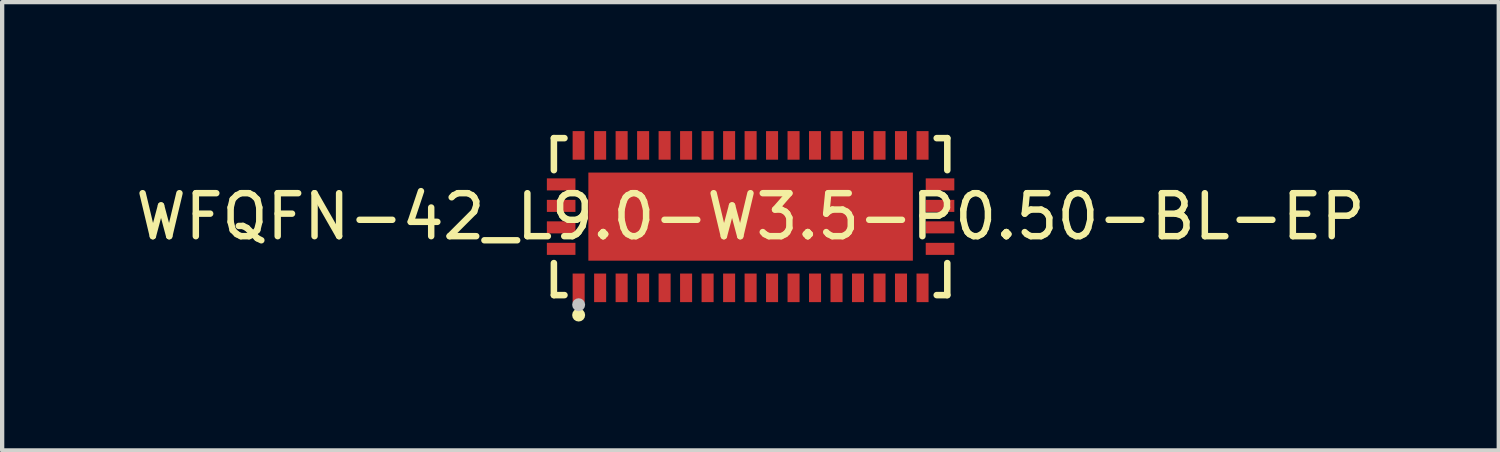
<source format=kicad_pcb>
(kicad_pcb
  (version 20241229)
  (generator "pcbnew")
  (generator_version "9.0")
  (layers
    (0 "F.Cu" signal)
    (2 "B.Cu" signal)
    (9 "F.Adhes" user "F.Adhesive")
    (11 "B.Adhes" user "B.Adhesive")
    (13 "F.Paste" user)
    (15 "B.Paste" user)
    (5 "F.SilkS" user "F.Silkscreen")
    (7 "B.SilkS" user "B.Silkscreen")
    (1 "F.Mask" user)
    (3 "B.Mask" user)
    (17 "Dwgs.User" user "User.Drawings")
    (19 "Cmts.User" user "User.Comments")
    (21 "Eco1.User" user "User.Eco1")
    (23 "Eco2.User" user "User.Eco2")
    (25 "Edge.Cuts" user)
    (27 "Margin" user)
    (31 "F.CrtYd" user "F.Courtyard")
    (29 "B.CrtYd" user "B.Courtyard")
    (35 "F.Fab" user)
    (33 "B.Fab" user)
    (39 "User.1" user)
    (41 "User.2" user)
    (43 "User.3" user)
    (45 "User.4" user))
  (footprint "WFQFN-42_L9.0-W3.5-P0.50-BL-EP"
    (layer "F.Cu")
    (at 14.411 1.99)
    (property "Reference" "WFQFN-42_L9.0-W3.5-P0.50-BL-EP" (at 0 0 0) (layer "F.SilkS") (effects (font (size 1 1) (thickness 0.15))))
    (fp_line (start -4.574 -1.826) (end -4.328 -1.826) (stroke (width 0.152) (type default)) (layer "F.SilkS"))
    (fp_line (start -4.574 -1.081) (end -4.574 -1.826) (stroke (width 0.152) (type default)) (layer "F.SilkS"))
    (fp_line (start -4.574 1.081) (end -4.574 1.826) (stroke (width 0.152) (type default)) (layer "F.SilkS"))
    (fp_line (start -4.574 1.826) (end -4.328 1.826) (stroke (width 0.152) (type default)) (layer "F.SilkS"))
    (fp_line (start 4.579 -1.826) (end 4.333 -1.826) (stroke (width 0.152) (type default)) (layer "F.SilkS"))
    (fp_line (start 4.579 -1.081) (end 4.579 -1.826) (stroke (width 0.152) (type default)) (layer "F.SilkS"))
    (fp_line (start 4.579 1.081) (end 4.579 1.826) (stroke (width 0.152) (type default)) (layer "F.SilkS"))
    (fp_line (start 4.579 1.826) (end 4.333 1.826) (stroke (width 0.152) (type default)) (layer "F.SilkS"))
    (fp_circle (center -3.998 2.29) (end -3.922 2.29) (stroke (width 0.15) (type default)) (fill no) (layer "F.SilkS"))
    (fp_circle (center -3.998 2.05) (end -3.922 2.05) (stroke (width 0.15) (type default)) (fill no) (layer "Dwgs.User"))
    (fp_poly (pts (xy -4.122 -1.75) (xy -4.122 -1.35) (xy -3.873 -1.35) (xy -3.873 -1.75)) (stroke (width 0.1) (type default)) (fill no) (layer "User.1"))
    (fp_poly (pts (xy -4.122 1.75) (xy -4.122 1.35) (xy -3.873 1.35) (xy -3.873 1.75)) (stroke (width 0.1) (type default)) (fill no) (layer "User.1"))
    (fp_poly (pts (xy -4.098 -0.625) (xy -4.098 -0.875) (xy -4.497 -0.875) (xy -4.497 -0.625)) (stroke (width 0.1) (type default)) (fill no) (layer "User.1"))
    (fp_poly (pts (xy -4.098 -0.125) (xy -4.098 -0.375) (xy -4.497 -0.375) (xy -4.497 -0.125)) (stroke (width 0.1) (type default)) (fill no) (layer "User.1"))
    (fp_poly (pts (xy -4.098 0.375) (xy -4.098 0.125) (xy -4.497 0.125) (xy -4.497 0.375)) (stroke (width 0.1) (type default)) (fill no) (layer "User.1"))
    (fp_poly (pts (xy -4.098 0.875) (xy -4.098 0.625) (xy -4.497 0.625) (xy -4.497 0.875)) (stroke (width 0.1) (type default)) (fill no) (layer "User.1"))
    (fp_poly (pts (xy -3.623 -1.75) (xy -3.623 -1.35) (xy -3.373 -1.35) (xy -3.373 -1.75)) (stroke (width 0.1) (type default)) (fill no) (layer "User.1"))
    (fp_poly (pts (xy -3.623 1.75) (xy -3.623 1.35) (xy -3.373 1.35) (xy -3.373 1.75)) (stroke (width 0.1) (type default)) (fill no) (layer "User.1"))
    (fp_poly (pts (xy -3.123 -1.75) (xy -3.123 -1.35) (xy -2.873 -1.35) (xy -2.873 -1.75)) (stroke (width 0.1) (type default)) (fill no) (layer "User.1"))
    (fp_poly (pts (xy -3.123 1.75) (xy -3.123 1.35) (xy -2.873 1.35) (xy -2.873 1.75)) (stroke (width 0.1) (type default)) (fill no) (layer "User.1"))
    (fp_poly (pts (xy -2.623 -1.75) (xy -2.623 -1.35) (xy -2.373 -1.35) (xy -2.373 -1.75)) (stroke (width 0.1) (type default)) (fill no) (layer "User.1"))
    (fp_poly (pts (xy -2.623 1.75) (xy -2.623 1.35) (xy -2.373 1.35) (xy -2.373 1.75)) (stroke (width 0.1) (type default)) (fill no) (layer "User.1"))
    (fp_poly (pts (xy -2.123 -1.75) (xy -2.123 -1.35) (xy -1.873 -1.35) (xy -1.873 -1.75)) (stroke (width 0.1) (type default)) (fill no) (layer "User.1"))
    (fp_poly (pts (xy -2.123 1.75) (xy -2.123 1.35) (xy -1.873 1.35) (xy -1.873 1.75)) (stroke (width 0.1) (type default)) (fill no) (layer "User.1"))
    (fp_poly (pts (xy -1.623 -1.75) (xy -1.623 -1.35) (xy -1.373 -1.35) (xy -1.373 -1.75)) (stroke (width 0.1) (type default)) (fill no) (layer "User.1"))
    (fp_poly (pts (xy -1.623 1.75) (xy -1.623 1.35) (xy -1.373 1.35) (xy -1.373 1.75)) (stroke (width 0.1) (type default)) (fill no) (layer "User.1"))
    (fp_poly (pts (xy -1.123 -1.75) (xy -1.123 -1.35) (xy -0.873 -1.35) (xy -0.873 -1.75)) (stroke (width 0.1) (type default)) (fill no) (layer "User.1"))
    (fp_poly (pts (xy -1.123 1.75) (xy -1.123 1.35) (xy -0.873 1.35) (xy -0.873 1.75)) (stroke (width 0.1) (type default)) (fill no) (layer "User.1"))
    (fp_poly (pts (xy -0.623 -1.75) (xy -0.623 -1.35) (xy -0.372 -1.35) (xy -0.372 -1.75)) (stroke (width 0.1) (type default)) (fill no) (layer "User.1"))
    (fp_poly (pts (xy -0.623 1.75) (xy -0.623 1.35) (xy -0.372 1.35) (xy -0.372 1.75)) (stroke (width 0.1) (type default)) (fill no) (layer "User.1"))
    (fp_poly (pts (xy -0.122 -1.75) (xy -0.122 -1.35) (xy 0.128 -1.35) (xy 0.128 -1.75)) (stroke (width 0.1) (type default)) (fill no) (layer "User.1"))
    (fp_poly (pts (xy -0.122 1.75) (xy -0.122 1.35) (xy 0.128 1.35) (xy 0.128 1.75)) (stroke (width 0.1) (type default)) (fill no) (layer "User.1"))
    (fp_poly (pts (xy 0.378 -1.75) (xy 0.378 -1.35) (xy 0.627 -1.35) (xy 0.627 -1.75)) (stroke (width 0.1) (type default)) (fill no) (layer "User.1"))
    (fp_poly (pts (xy 0.378 1.75) (xy 0.378 1.35) (xy 0.627 1.35) (xy 0.627 1.75)) (stroke (width 0.1) (type default)) (fill no) (layer "User.1"))
    (fp_poly (pts (xy 0.877 -1.75) (xy 0.877 -1.35) (xy 1.127 -1.35) (xy 1.127 -1.75)) (stroke (width 0.1) (type default)) (fill no) (layer "User.1"))
    (fp_poly (pts (xy 0.877 1.75) (xy 0.877 1.35) (xy 1.127 1.35) (xy 1.127 1.75)) (stroke (width 0.1) (type default)) (fill no) (layer "User.1"))
    (fp_poly (pts (xy 1.377 -1.75) (xy 1.377 -1.35) (xy 1.627 -1.35) (xy 1.627 -1.75)) (stroke (width 0.1) (type default)) (fill no) (layer "User.1"))
    (fp_poly (pts (xy 1.377 1.75) (xy 1.377 1.35) (xy 1.627 1.35) (xy 1.627 1.75)) (stroke (width 0.1) (type default)) (fill no) (layer "User.1"))
    (fp_poly (pts (xy 1.877 -1.75) (xy 1.877 -1.35) (xy 2.127 -1.35) (xy 2.127 -1.75)) (stroke (width 0.1) (type default)) (fill no) (layer "User.1"))
    (fp_poly (pts (xy 1.877 1.75) (xy 1.877 1.35) (xy 2.127 1.35) (xy 2.127 1.75)) (stroke (width 0.1) (type default)) (fill no) (layer "User.1"))
    (fp_poly (pts (xy 2.377 -1.75) (xy 2.377 -1.35) (xy 2.627 -1.35) (xy 2.627 -1.75)) (stroke (width 0.1) (type default)) (fill no) (layer "User.1"))
    (fp_poly (pts (xy 2.377 1.75) (xy 2.377 1.35) (xy 2.627 1.35) (xy 2.627 1.75)) (stroke (width 0.1) (type default)) (fill no) (layer "User.1"))
    (fp_poly (pts (xy 2.877 -1.75) (xy 2.877 -1.35) (xy 3.127 -1.35) (xy 3.127 -1.75)) (stroke (width 0.1) (type default)) (fill no) (layer "User.1"))
    (fp_poly (pts (xy 2.877 1.75) (xy 2.877 1.35) (xy 3.127 1.35) (xy 3.127 1.75)) (stroke (width 0.1) (type default)) (fill no) (layer "User.1"))
    (fp_poly (pts (xy 3.377 -1.75) (xy 3.377 -1.35) (xy 3.627 -1.35) (xy 3.627 -1.75)) (stroke (width 0.1) (type default)) (fill no) (layer "User.1"))
    (fp_poly (pts (xy 3.377 1.75) (xy 3.377 1.35) (xy 3.627 1.35) (xy 3.627 1.75)) (stroke (width 0.1) (type default)) (fill no) (layer "User.1"))
    (fp_poly (pts (xy 3.877 -1.75) (xy 3.877 -1.35) (xy 4.128 -1.35) (xy 4.128 -1.75)) (stroke (width 0.1) (type default)) (fill no) (layer "User.1"))
    (fp_poly (pts (xy 3.877 1.75) (xy 3.877 1.35) (xy 4.128 1.35) (xy 4.128 1.75)) (stroke (width 0.1) (type default)) (fill no) (layer "User.1"))
    (fp_poly (pts (xy 4.103 -0.625) (xy 4.103 -0.875) (xy 4.503 -0.875) (xy 4.503 -0.625)) (stroke (width 0.1) (type default)) (fill no) (layer "User.1"))
    (fp_poly (pts (xy 4.103 -0.125) (xy 4.103 -0.375) (xy 4.503 -0.375) (xy 4.503 -0.125)) (stroke (width 0.1) (type default)) (fill no) (layer "User.1"))
    (fp_poly (pts (xy 4.103 0.375) (xy 4.103 0.125) (xy 4.503 0.125) (xy 4.503 0.375)) (stroke (width 0.1) (type default)) (fill no) (layer "User.1"))
    (fp_poly (pts (xy 4.103 0.875) (xy 4.103 0.625) (xy 4.503 0.625) (xy 4.503 0.875)) (stroke (width 0.1) (type default)) (fill no) (layer "User.1"))
    (fp_poly (pts (xy -3.772 0.82) (xy -3.772 -1.025) (xy 3.777 -1.025) (xy 3.777 1.025) (xy -3.567 1.025)) (stroke (width 0.1) (type default)) (fill no) (layer "User.1"))
    (fp_line (start -4.497 -1.75) (end 4.503 -1.75) (stroke (width 0.051) (type default)) (layer "User.2"))
    (fp_line (start -4.497 1.75) (end -4.497 -1.75) (stroke (width 0.051) (type default)) (layer "User.2"))
    (fp_line (start 4.503 -1.75) (end 4.503 1.75) (stroke (width 0.051) (type default)) (layer "User.2"))
    (fp_line (start 4.503 1.75) (end -4.497 1.75) (stroke (width 0.051) (type default)) (layer "User.2"))
    (fp_poly (pts (xy -4.438 1.75) (xy -4.455 1.708) (xy -4.497 1.69) (xy -4.54 1.708) (xy -4.558 1.75) (xy -4.54 1.792) (xy -4.497 1.81) (xy -4.455 1.792)) (stroke (width 0.1) (type default)) (fill no) (layer "User.3"))
    (pad "1" smd rect (at -3.998 1.657) (size 0.28 0.665) (layers "F.Cu" "F.Mask" "F.Paste"))
    (pad "2" smd rect (at -3.498 1.657) (size 0.28 0.665) (layers "F.Cu" "F.Mask" "F.Paste"))
    (pad "3" smd rect (at -2.998 1.657) (size 0.28 0.665) (layers "F.Cu" "F.Mask" "F.Paste"))
    (pad "4" smd rect (at -2.498 1.657) (size 0.28 0.665) (layers "F.Cu" "F.Mask" "F.Paste"))
    (pad "5" smd rect (at -1.998 1.657) (size 0.28 0.665) (layers "F.Cu" "F.Mask" "F.Paste"))
    (pad "6" smd rect (at -1.498 1.657) (size 0.28 0.665) (layers "F.Cu" "F.Mask" "F.Paste"))
    (pad "7" smd rect (at -0.998 1.657) (size 0.28 0.665) (layers "F.Cu" "F.Mask" "F.Paste"))
    (pad "8" smd rect (at -0.497 1.657) (size 0.28 0.665) (layers "F.Cu" "F.Mask" "F.Paste"))
    (pad "9" smd rect (at 0.003 1.657) (size 0.28 0.665) (layers "F.Cu" "F.Mask" "F.Paste"))
    (pad "10" smd rect (at 0.502 1.657) (size 0.28 0.665) (layers "F.Cu" "F.Mask" "F.Paste"))
    (pad "11" smd rect (at 1.002 1.657) (size 0.28 0.665) (layers "F.Cu" "F.Mask" "F.Paste"))
    (pad "12" smd rect (at 1.502 1.657) (size 0.28 0.665) (layers "F.Cu" "F.Mask" "F.Paste"))
    (pad "13" smd rect (at 2.002 1.657) (size 0.28 0.665) (layers "F.Cu" "F.Mask" "F.Paste"))
    (pad "14" smd rect (at 2.502 1.657) (size 0.28 0.665) (layers "F.Cu" "F.Mask" "F.Paste"))
    (pad "15" smd rect (at 3.002 1.657) (size 0.28 0.665) (layers "F.Cu" "F.Mask" "F.Paste"))
    (pad "16" smd rect (at 3.502 1.657) (size 0.28 0.665) (layers "F.Cu" "F.Mask" "F.Paste"))
    (pad "17" smd rect (at 4.003 1.657) (size 0.28 0.665) (layers "F.Cu" "F.Mask" "F.Paste"))
    (pad "18" smd rect (at 4.41 0.75) (size 0.665 0.28) (layers "F.Cu" "F.Mask" "F.Paste"))
    (pad "19" smd rect (at 4.41 0.25) (size 0.665 0.28) (layers "F.Cu" "F.Mask" "F.Paste"))
    (pad "20" smd rect (at 4.41 -0.25) (size 0.665 0.28) (layers "F.Cu" "F.Mask" "F.Paste"))
    (pad "21" smd rect (at 4.41 -0.75) (size 0.665 0.28) (layers "F.Cu" "F.Mask" "F.Paste"))
    (pad "22" smd rect (at 4.003 -1.657) (size 0.28 0.665) (layers "F.Cu" "F.Mask" "F.Paste"))
    (pad "23" smd rect (at 3.502 -1.657) (size 0.28 0.665) (layers "F.Cu" "F.Mask" "F.Paste"))
    (pad "24" smd rect (at 3.002 -1.657) (size 0.28 0.665) (layers "F.Cu" "F.Mask" "F.Paste"))
    (pad "25" smd rect (at 2.502 -1.657) (size 0.28 0.665) (layers "F.Cu" "F.Mask" "F.Paste"))
    (pad "26" smd rect (at 2.002 -1.657) (size 0.28 0.665) (layers "F.Cu" "F.Mask" "F.Paste"))
    (pad "27" smd rect (at 1.502 -1.657) (size 0.28 0.665) (layers "F.Cu" "F.Mask" "F.Paste"))
    (pad "28" smd rect (at 1.002 -1.657) (size 0.28 0.665) (layers "F.Cu" "F.Mask" "F.Paste"))
    (pad "29" smd rect (at 0.502 -1.657) (size 0.28 0.665) (layers "F.Cu" "F.Mask" "F.Paste"))
    (pad "30" smd rect (at 0.003 -1.657) (size 0.28 0.665) (layers "F.Cu" "F.Mask" "F.Paste"))
    (pad "31" smd rect (at -0.497 -1.657) (size 0.28 0.665) (layers "F.Cu" "F.Mask" "F.Paste"))
    (pad "32" smd rect (at -0.998 -1.657) (size 0.28 0.665) (layers "F.Cu" "F.Mask" "F.Paste"))
    (pad "33" smd rect (at -1.498 -1.657) (size 0.28 0.665) (layers "F.Cu" "F.Mask" "F.Paste"))
    (pad "34" smd rect (at -1.998 -1.657) (size 0.28 0.665) (layers "F.Cu" "F.Mask" "F.Paste"))
    (pad "35" smd rect (at -2.498 -1.657) (size 0.28 0.665) (layers "F.Cu" "F.Mask" "F.Paste"))
    (pad "36" smd rect (at -2.998 -1.657) (size 0.28 0.665) (layers "F.Cu" "F.Mask" "F.Paste"))
    (pad "37" smd rect (at -3.498 -1.657) (size 0.28 0.665) (layers "F.Cu" "F.Mask" "F.Paste"))
    (pad "38" smd rect (at -3.998 -1.657) (size 0.28 0.665) (layers "F.Cu" "F.Mask" "F.Paste"))
    (pad "39" smd rect (at -4.405 -0.75) (size 0.665 0.28) (layers "F.Cu" "F.Mask" "F.Paste"))
    (pad "40" smd rect (at -4.405 -0.25) (size 0.665 0.28) (layers "F.Cu" "F.Mask" "F.Paste"))
    (pad "41" smd rect (at -4.405 0.25) (size 0.665 0.28) (layers "F.Cu" "F.Mask" "F.Paste"))
    (pad "42" smd rect (at -4.405 0.75) (size 0.665 0.28) (layers "F.Cu" "F.Mask" "F.Paste"))
    (pad "43" smd rect (at 0.003 0) (size 7.55 2.05) (layers "F.Cu" "F.Mask" "F.Paste")))
  (gr_rect
    (start -3 -3)
    (end 31.821 7.43)
    (stroke (width 0.1) (type default))
    (fill no)
    (layer "Edge.Cuts")))
</source>
